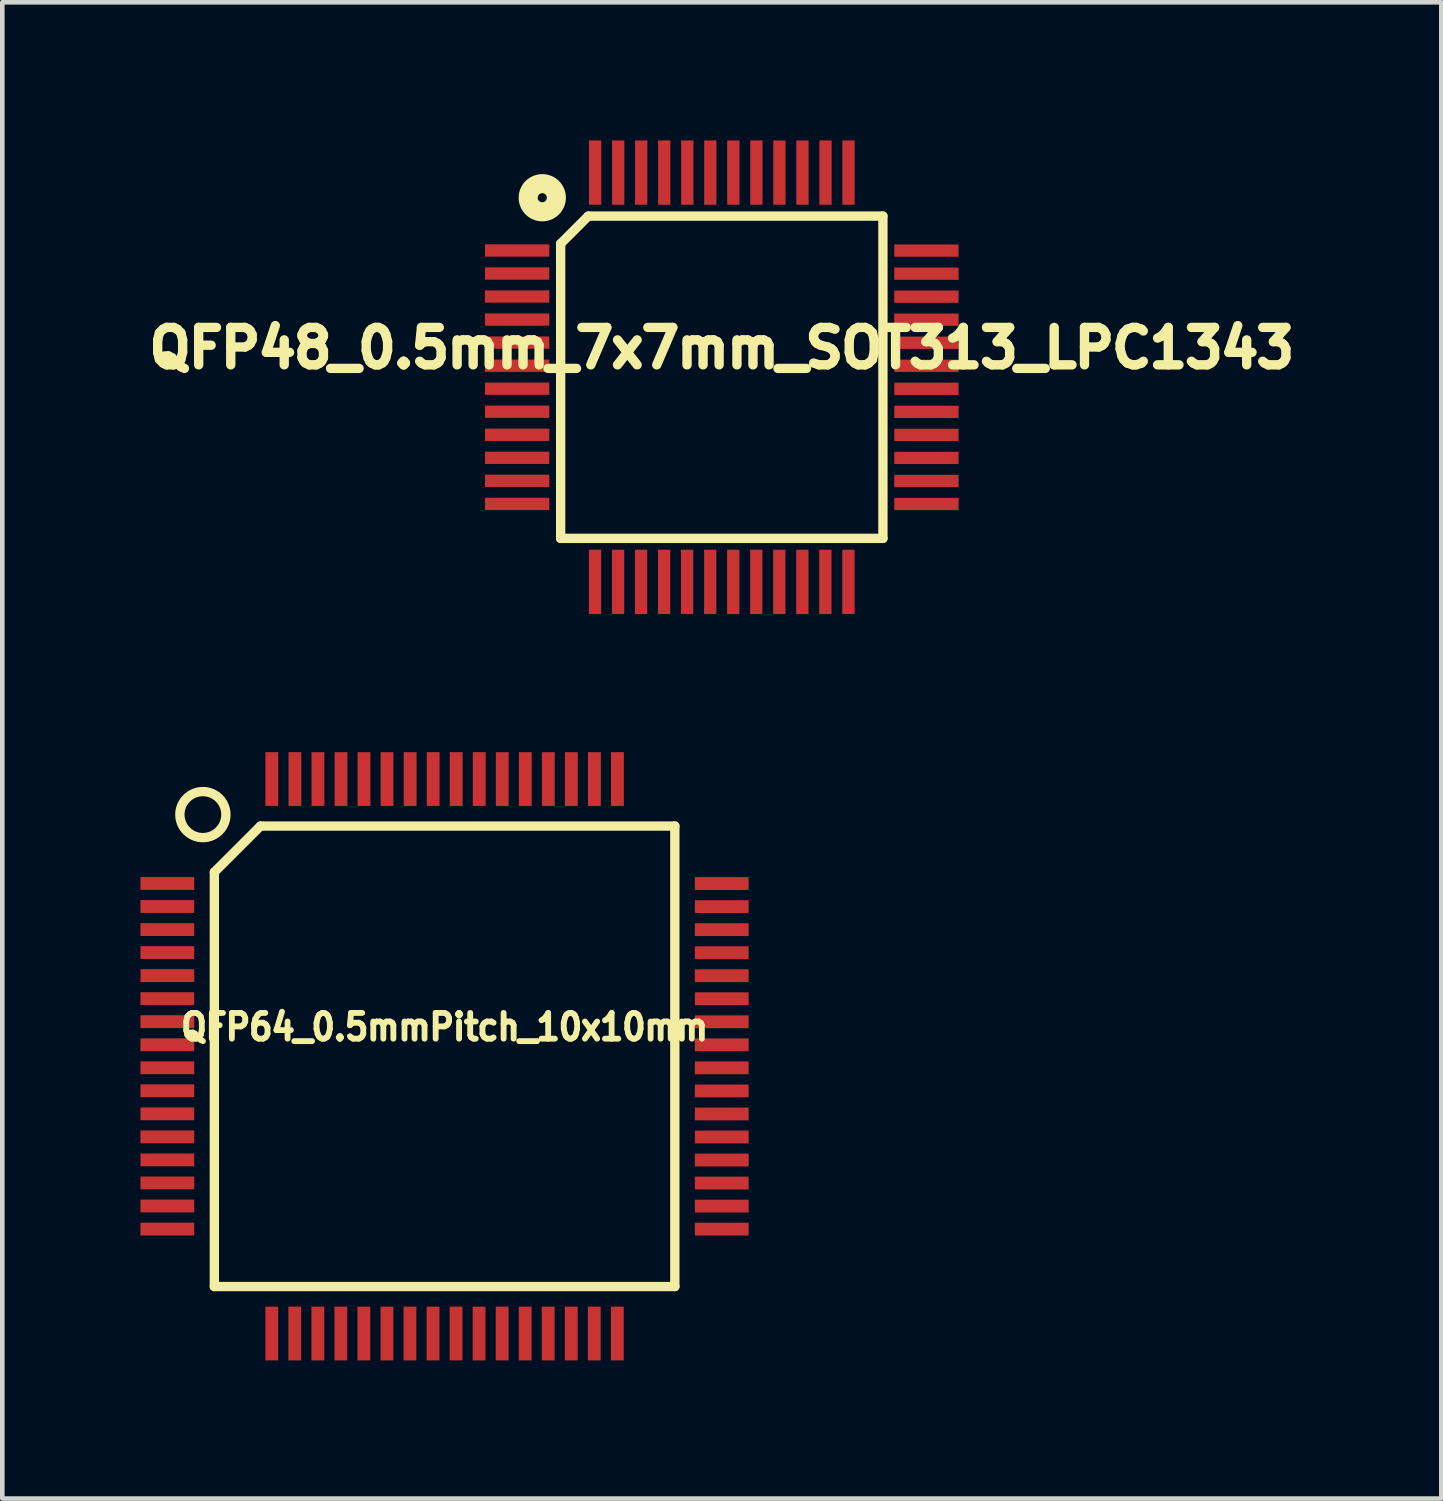
<source format=kicad_pcb>
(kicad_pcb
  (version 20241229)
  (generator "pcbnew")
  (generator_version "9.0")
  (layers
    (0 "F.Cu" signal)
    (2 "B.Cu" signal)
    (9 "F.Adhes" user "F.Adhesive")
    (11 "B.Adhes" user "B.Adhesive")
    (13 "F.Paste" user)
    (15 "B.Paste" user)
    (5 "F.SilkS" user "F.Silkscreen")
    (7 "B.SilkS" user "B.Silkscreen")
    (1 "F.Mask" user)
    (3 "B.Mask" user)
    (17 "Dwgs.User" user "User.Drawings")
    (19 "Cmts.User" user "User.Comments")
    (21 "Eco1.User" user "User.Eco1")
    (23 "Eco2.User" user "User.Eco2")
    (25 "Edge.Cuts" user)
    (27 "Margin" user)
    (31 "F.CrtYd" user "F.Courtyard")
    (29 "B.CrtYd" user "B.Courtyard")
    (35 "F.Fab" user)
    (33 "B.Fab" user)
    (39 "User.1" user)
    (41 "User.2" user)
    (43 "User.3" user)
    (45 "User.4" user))
  (footprint "QFP48_0.5mm_7x7mm_SOT313_LPC1343"
    (layer "F.Cu")
    (at 12.628 5.144)
    (property "Reference" "QFP48_0.5mm_7x7mm_SOT313_LPC1343" (at 0 -0.635 0) (layer "F.SilkS") (effects (font (size 0.813 0.813) (thickness 0.203))))
    (attr smd)
    (fp_line (start -3.5 3.5) (end -3.5 -2.901) (stroke (width 0.203) (type solid)) (layer "F.SilkS"))
    (fp_line (start -2.901 -3.5) (end -3.5 -2.901) (stroke (width 0.203) (type solid)) (layer "F.SilkS"))
    (fp_line (start -2.901 -3.5) (end 3.5 -3.5) (stroke (width 0.203) (type solid)) (layer "F.SilkS"))
    (fp_line (start 3.5 -3.5) (end 3.5 3.5) (stroke (width 0.203) (type solid)) (layer "F.SilkS"))
    (fp_line (start 3.5 3.5) (end -3.5 3.5) (stroke (width 0.203) (type solid)) (layer "F.SilkS"))
    (fp_circle (center -3.899 -3.899) (end -4.1 -4.1) (stroke (width 0.203) (type solid)) (fill no) (layer "F.SilkS"))
    (fp_circle (center -3.899 -3.899) (end -3.8 -3.899) (stroke (width 0.203) (type solid)) (fill no) (layer "F.SilkS"))
    (fp_circle (center -3.899 -3.899) (end -3.5 -4) (stroke (width 0.203) (type solid)) (fill no) (layer "F.SilkS"))
    (pad "1" smd rect (at -4.445 -2.753 90) (size 0.267 1.397) (layers "F.Cu" "F.Mask" "F.Paste"))
    (pad "2" smd rect (at -4.445 -2.253 90) (size 0.267 1.397) (layers "F.Cu" "F.Mask" "F.Paste"))
    (pad "3" smd rect (at -4.445 -1.753 90) (size 0.267 1.397) (layers "F.Cu" "F.Mask" "F.Paste"))
    (pad "4" smd rect (at -4.445 -1.252 90) (size 0.267 1.397) (layers "F.Cu" "F.Mask" "F.Paste"))
    (pad "5" smd rect (at -4.445 -0.752 90) (size 0.267 1.397) (layers "F.Cu" "F.Mask" "F.Paste"))
    (pad "6" smd rect (at -4.445 -0.251 90) (size 0.267 1.397) (layers "F.Cu" "F.Mask" "F.Paste"))
    (pad "7" smd rect (at -4.445 0.249 90) (size 0.267 1.397) (layers "F.Cu" "F.Mask" "F.Paste"))
    (pad "8" smd rect (at -4.445 0.749 90) (size 0.267 1.397) (layers "F.Cu" "F.Mask" "F.Paste"))
    (pad "9" smd rect (at -4.445 1.25 90) (size 0.267 1.397) (layers "F.Cu" "F.Mask" "F.Paste"))
    (pad "10" smd rect (at -4.445 1.75 90) (size 0.267 1.397) (layers "F.Cu" "F.Mask" "F.Paste"))
    (pad "11" smd rect (at -4.445 2.25 90) (size 0.267 1.397) (layers "F.Cu" "F.Mask" "F.Paste"))
    (pad "12" smd rect (at -4.445 2.751 90) (size 0.267 1.397) (layers "F.Cu" "F.Mask" "F.Paste"))
    (pad "13" smd rect (at -2.753 4.445) (size 0.267 1.397) (layers "F.Cu" "F.Mask" "F.Paste"))
    (pad "14" smd rect (at -2.253 4.445) (size 0.267 1.397) (layers "F.Cu" "F.Mask" "F.Paste"))
    (pad "15" smd rect (at -1.753 4.445) (size 0.267 1.397) (layers "F.Cu" "F.Mask" "F.Paste"))
    (pad "16" smd rect (at -1.252 4.445) (size 0.267 1.397) (layers "F.Cu" "F.Mask" "F.Paste"))
    (pad "17" smd rect (at -0.752 4.445) (size 0.267 1.397) (layers "F.Cu" "F.Mask" "F.Paste"))
    (pad "18" smd rect (at -0.251 4.445) (size 0.267 1.397) (layers "F.Cu" "F.Mask" "F.Paste"))
    (pad "19" smd rect (at 0.249 4.445) (size 0.267 1.397) (layers "F.Cu" "F.Mask" "F.Paste"))
    (pad "20" smd rect (at 0.749 4.445) (size 0.267 1.397) (layers "F.Cu" "F.Mask" "F.Paste"))
    (pad "21" smd rect (at 1.25 4.445) (size 0.267 1.397) (layers "F.Cu" "F.Mask" "F.Paste"))
    (pad "22" smd rect (at 1.75 4.445) (size 0.267 1.397) (layers "F.Cu" "F.Mask" "F.Paste"))
    (pad "23" smd rect (at 2.25 4.445) (size 0.267 1.397) (layers "F.Cu" "F.Mask" "F.Paste"))
    (pad "24" smd rect (at 2.751 4.445) (size 0.267 1.397) (layers "F.Cu" "F.Mask" "F.Paste"))
    (pad "25" smd rect (at 4.445 2.753 270) (size 0.267 1.397) (layers "F.Cu" "F.Mask" "F.Paste"))
    (pad "26" smd rect (at 4.445 2.253 270) (size 0.267 1.397) (layers "F.Cu" "F.Mask" "F.Paste"))
    (pad "27" smd rect (at 4.445 1.753 270) (size 0.267 1.397) (layers "F.Cu" "F.Mask" "F.Paste"))
    (pad "28" smd rect (at 4.445 1.252 270) (size 0.267 1.397) (layers "F.Cu" "F.Mask" "F.Paste"))
    (pad "29" smd rect (at 4.445 0.752 270) (size 0.267 1.397) (layers "F.Cu" "F.Mask" "F.Paste"))
    (pad "30" smd rect (at 4.445 0.251 270) (size 0.267 1.397) (layers "F.Cu" "F.Mask" "F.Paste"))
    (pad "31" smd rect (at 4.445 -0.249 270) (size 0.267 1.397) (layers "F.Cu" "F.Mask" "F.Paste"))
    (pad "32" smd rect (at 4.445 -0.749 270) (size 0.267 1.397) (layers "F.Cu" "F.Mask" "F.Paste"))
    (pad "33" smd rect (at 4.445 -1.25 270) (size 0.267 1.397) (layers "F.Cu" "F.Mask" "F.Paste"))
    (pad "34" smd rect (at 4.445 -1.75 270) (size 0.267 1.397) (layers "F.Cu" "F.Mask" "F.Paste"))
    (pad "35" smd rect (at 4.445 -2.25 270) (size 0.267 1.397) (layers "F.Cu" "F.Mask" "F.Paste"))
    (pad "36" smd rect (at 4.445 -2.751 270) (size 0.267 1.397) (layers "F.Cu" "F.Mask" "F.Paste"))
    (pad "37" smd rect (at 2.753 -4.445) (size 0.267 1.397) (layers "F.Cu" "F.Mask" "F.Paste"))
    (pad "38" smd rect (at 2.253 -4.445) (size 0.267 1.397) (layers "F.Cu" "F.Mask" "F.Paste"))
    (pad "39" smd rect (at 1.753 -4.445) (size 0.267 1.397) (layers "F.Cu" "F.Mask" "F.Paste"))
    (pad "40" smd rect (at 1.252 -4.445) (size 0.267 1.397) (layers "F.Cu" "F.Mask" "F.Paste"))
    (pad "41" smd rect (at 0.752 -4.445) (size 0.267 1.397) (layers "F.Cu" "F.Mask" "F.Paste"))
    (pad "42" smd rect (at 0.251 -4.445) (size 0.267 1.397) (layers "F.Cu" "F.Mask" "F.Paste"))
    (pad "43" smd rect (at -0.249 -4.445) (size 0.267 1.397) (layers "F.Cu" "F.Mask" "F.Paste"))
    (pad "44" smd rect (at -0.749 -4.445) (size 0.267 1.397) (layers "F.Cu" "F.Mask" "F.Paste"))
    (pad "45" smd rect (at -1.25 -4.445) (size 0.267 1.397) (layers "F.Cu" "F.Mask" "F.Paste"))
    (pad "46" smd rect (at -1.75 -4.445) (size 0.267 1.397) (layers "F.Cu" "F.Mask" "F.Paste"))
    (pad "47" smd rect (at -2.25 -4.445) (size 0.267 1.397) (layers "F.Cu" "F.Mask" "F.Paste"))
    (pad "48" smd rect (at -2.751 -4.445) (size 0.267 1.397) (layers "F.Cu" "F.Mask" "F.Paste")))
  (footprint "QFP64_0.5mmPitch_10x10mm"
    (layer "F.Cu")
    (at 6.607 19.894)
    (property "Reference" "QFP64_0.5mmPitch_10x10mm" (at 0 -0.635 0) (layer "F.SilkS") (effects (font (size 0.559 0.508) (thickness 0.127))))
    (attr smd)
    (fp_line (start -5.001 5.001) (end -5.001 -4) (stroke (width 0.203) (type solid)) (layer "F.SilkS"))
    (fp_line (start -4 -5.001) (end -5.001 -4) (stroke (width 0.203) (type solid)) (layer "F.SilkS"))
    (fp_line (start -4 -5.001) (end 5.001 -5.001) (stroke (width 0.203) (type solid)) (layer "F.SilkS"))
    (fp_line (start 5.001 -5.001) (end 5.001 5.001) (stroke (width 0.203) (type solid)) (layer "F.SilkS"))
    (fp_line (start 5.001 5.001) (end -5.001 5.001) (stroke (width 0.203) (type solid)) (layer "F.SilkS"))
    (fp_circle (center -5.25 -5.25) (end -4.75 -5.25) (stroke (width 0.203) (type solid)) (fill no) (layer "F.SilkS"))
    (pad "1" smd rect (at -6.022 -3.754 90) (size 0.279 1.168) (layers "F.Cu" "F.Mask" "F.Paste"))
    (pad "2" smd rect (at -6.022 -3.254 90) (size 0.279 1.168) (layers "F.Cu" "F.Mask" "F.Paste"))
    (pad "3" smd rect (at -6.022 -2.753 90) (size 0.279 1.168) (layers "F.Cu" "F.Mask" "F.Paste"))
    (pad "4" smd rect (at -6.022 -2.253 90) (size 0.279 1.168) (layers "F.Cu" "F.Mask" "F.Paste"))
    (pad "5" smd rect (at -6.022 -1.753 90) (size 0.279 1.168) (layers "F.Cu" "F.Mask" "F.Paste"))
    (pad "6" smd rect (at -6.022 -1.252 90) (size 0.279 1.168) (layers "F.Cu" "F.Mask" "F.Paste"))
    (pad "7" smd rect (at -6.022 -0.752 90) (size 0.279 1.168) (layers "F.Cu" "F.Mask" "F.Paste"))
    (pad "8" smd rect (at -6.022 -0.251 90) (size 0.279 1.168) (layers "F.Cu" "F.Mask" "F.Paste"))
    (pad "9" smd rect (at -6.022 0.249 90) (size 0.279 1.168) (layers "F.Cu" "F.Mask" "F.Paste"))
    (pad "10" smd rect (at -6.022 0.749 90) (size 0.279 1.168) (layers "F.Cu" "F.Mask" "F.Paste"))
    (pad "11" smd rect (at -6.022 1.25 90) (size 0.279 1.168) (layers "F.Cu" "F.Mask" "F.Paste"))
    (pad "12" smd rect (at -6.022 1.75 90) (size 0.279 1.168) (layers "F.Cu" "F.Mask" "F.Paste"))
    (pad "13" smd rect (at -6.022 2.25 90) (size 0.279 1.168) (layers "F.Cu" "F.Mask" "F.Paste"))
    (pad "14" smd rect (at -6.022 2.751 90) (size 0.279 1.168) (layers "F.Cu" "F.Mask" "F.Paste"))
    (pad "15" smd rect (at -6.022 3.251 90) (size 0.279 1.168) (layers "F.Cu" "F.Mask" "F.Paste"))
    (pad "16" smd rect (at -6.022 3.752 90) (size 0.279 1.168) (layers "F.Cu" "F.Mask" "F.Paste"))
    (pad "17" smd rect (at -3.754 6.022) (size 0.279 1.168) (layers "F.Cu" "F.Mask" "F.Paste"))
    (pad "18" smd rect (at -3.254 6.022) (size 0.279 1.168) (layers "F.Cu" "F.Mask" "F.Paste"))
    (pad "19" smd rect (at -2.753 6.022) (size 0.279 1.168) (layers "F.Cu" "F.Mask" "F.Paste"))
    (pad "20" smd rect (at -2.253 6.022) (size 0.279 1.168) (layers "F.Cu" "F.Mask" "F.Paste"))
    (pad "21" smd rect (at -1.753 6.022) (size 0.279 1.168) (layers "F.Cu" "F.Mask" "F.Paste"))
    (pad "22" smd rect (at -1.252 6.022) (size 0.279 1.168) (layers "F.Cu" "F.Mask" "F.Paste"))
    (pad "23" smd rect (at -0.752 6.022) (size 0.279 1.168) (layers "F.Cu" "F.Mask" "F.Paste"))
    (pad "24" smd rect (at -0.251 6.022) (size 0.279 1.168) (layers "F.Cu" "F.Mask" "F.Paste"))
    (pad "25" smd rect (at 0.249 6.022) (size 0.279 1.168) (layers "F.Cu" "F.Mask" "F.Paste"))
    (pad "26" smd rect (at 0.749 6.022) (size 0.279 1.168) (layers "F.Cu" "F.Mask" "F.Paste"))
    (pad "27" smd rect (at 1.25 6.022) (size 0.279 1.168) (layers "F.Cu" "F.Mask" "F.Paste"))
    (pad "28" smd rect (at 1.75 6.022) (size 0.279 1.168) (layers "F.Cu" "F.Mask" "F.Paste"))
    (pad "29" smd rect (at 2.25 6.022) (size 0.279 1.168) (layers "F.Cu" "F.Mask" "F.Paste"))
    (pad "30" smd rect (at 2.751 6.022) (size 0.279 1.168) (layers "F.Cu" "F.Mask" "F.Paste"))
    (pad "31" smd rect (at 3.251 6.022) (size 0.279 1.168) (layers "F.Cu" "F.Mask" "F.Paste"))
    (pad "32" smd rect (at 3.752 6.022) (size 0.279 1.168) (layers "F.Cu" "F.Mask" "F.Paste"))
    (pad "33" smd rect (at 6.02 3.754 270) (size 0.279 1.168) (layers "F.Cu" "F.Mask" "F.Paste"))
    (pad "34" smd rect (at 6.02 3.254 270) (size 0.279 1.168) (layers "F.Cu" "F.Mask" "F.Paste"))
    (pad "35" smd rect (at 6.02 2.753 270) (size 0.279 1.168) (layers "F.Cu" "F.Mask" "F.Paste"))
    (pad "36" smd rect (at 6.02 2.253 270) (size 0.279 1.168) (layers "F.Cu" "F.Mask" "F.Paste"))
    (pad "37" smd rect (at 6.02 1.753 270) (size 0.279 1.168) (layers "F.Cu" "F.Mask" "F.Paste"))
    (pad "38" smd rect (at 6.02 1.252 270) (size 0.279 1.168) (layers "F.Cu" "F.Mask" "F.Paste"))
    (pad "39" smd rect (at 6.02 0.752 270) (size 0.279 1.168) (layers "F.Cu" "F.Mask" "F.Paste"))
    (pad "40" smd rect (at 6.02 0.251 270) (size 0.279 1.168) (layers "F.Cu" "F.Mask" "F.Paste"))
    (pad "41" smd rect (at 6.02 -0.249 270) (size 0.279 1.168) (layers "F.Cu" "F.Mask" "F.Paste"))
    (pad "42" smd rect (at 6.02 -0.749 270) (size 0.279 1.168) (layers "F.Cu" "F.Mask" "F.Paste"))
    (pad "43" smd rect (at 6.02 -1.25 270) (size 0.279 1.168) (layers "F.Cu" "F.Mask" "F.Paste"))
    (pad "44" smd rect (at 6.02 -1.75 270) (size 0.279 1.168) (layers "F.Cu" "F.Mask" "F.Paste"))
    (pad "45" smd rect (at 6.02 -2.25 270) (size 0.279 1.168) (layers "F.Cu" "F.Mask" "F.Paste"))
    (pad "46" smd rect (at 6.02 -2.751 270) (size 0.279 1.168) (layers "F.Cu" "F.Mask" "F.Paste"))
    (pad "47" smd rect (at 6.02 -3.251 270) (size 0.279 1.168) (layers "F.Cu" "F.Mask" "F.Paste"))
    (pad "48" smd rect (at 6.02 -3.752 270) (size 0.279 1.168) (layers "F.Cu" "F.Mask" "F.Paste"))
    (pad "49" smd rect (at 3.754 -6.022) (size 0.279 1.168) (layers "F.Cu" "F.Mask" "F.Paste"))
    (pad "50" smd rect (at 3.254 -6.022) (size 0.279 1.168) (layers "F.Cu" "F.Mask" "F.Paste"))
    (pad "51" smd rect (at 2.753 -6.022) (size 0.279 1.168) (layers "F.Cu" "F.Mask" "F.Paste"))
    (pad "52" smd rect (at 2.253 -6.022) (size 0.279 1.168) (layers "F.Cu" "F.Mask" "F.Paste"))
    (pad "53" smd rect (at 1.753 -6.022) (size 0.279 1.168) (layers "F.Cu" "F.Mask" "F.Paste"))
    (pad "54" smd rect (at 1.252 -6.022) (size 0.279 1.168) (layers "F.Cu" "F.Mask" "F.Paste"))
    (pad "55" smd rect (at 0.752 -6.022) (size 0.279 1.168) (layers "F.Cu" "F.Mask" "F.Paste"))
    (pad "56" smd rect (at 0.251 -6.022) (size 0.279 1.168) (layers "F.Cu" "F.Mask" "F.Paste"))
    (pad "57" smd rect (at -0.249 -6.022) (size 0.279 1.168) (layers "F.Cu" "F.Mask" "F.Paste"))
    (pad "58" smd rect (at -0.749 -6.022) (size 0.279 1.168) (layers "F.Cu" "F.Mask" "F.Paste"))
    (pad "59" smd rect (at -1.25 -6.022) (size 0.279 1.168) (layers "F.Cu" "F.Mask" "F.Paste"))
    (pad "60" smd rect (at -1.75 -6.022) (size 0.279 1.168) (layers "F.Cu" "F.Mask" "F.Paste"))
    (pad "61" smd rect (at -2.25 -6.022) (size 0.279 1.168) (layers "F.Cu" "F.Mask" "F.Paste"))
    (pad "62" smd rect (at -2.751 -6.022) (size 0.279 1.168) (layers "F.Cu" "F.Mask" "F.Paste"))
    (pad "63" smd rect (at -3.251 -6.022) (size 0.279 1.168) (layers "F.Cu" "F.Mask" "F.Paste"))
    (pad "64" smd rect (at -3.752 -6.022) (size 0.279 1.168) (layers "F.Cu" "F.Mask" "F.Paste")))
  (gr_rect
    (start -3 -3)
    (end 28.257 29.5)
    (stroke (width 0.1) (type default))
    (fill no)
    (layer "Edge.Cuts")))
</source>
